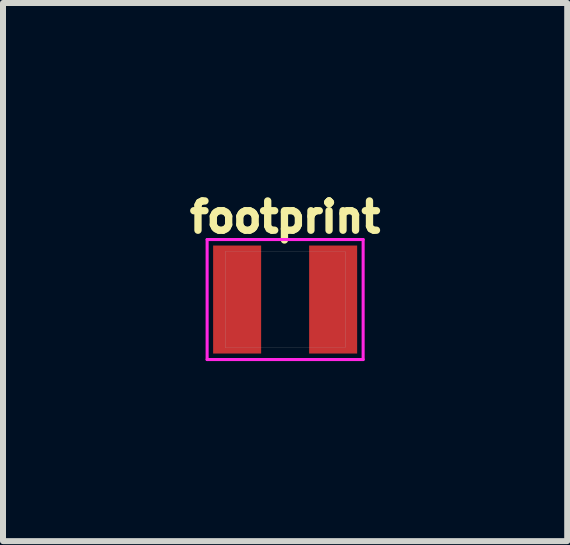
<source format=kicad_pcb>
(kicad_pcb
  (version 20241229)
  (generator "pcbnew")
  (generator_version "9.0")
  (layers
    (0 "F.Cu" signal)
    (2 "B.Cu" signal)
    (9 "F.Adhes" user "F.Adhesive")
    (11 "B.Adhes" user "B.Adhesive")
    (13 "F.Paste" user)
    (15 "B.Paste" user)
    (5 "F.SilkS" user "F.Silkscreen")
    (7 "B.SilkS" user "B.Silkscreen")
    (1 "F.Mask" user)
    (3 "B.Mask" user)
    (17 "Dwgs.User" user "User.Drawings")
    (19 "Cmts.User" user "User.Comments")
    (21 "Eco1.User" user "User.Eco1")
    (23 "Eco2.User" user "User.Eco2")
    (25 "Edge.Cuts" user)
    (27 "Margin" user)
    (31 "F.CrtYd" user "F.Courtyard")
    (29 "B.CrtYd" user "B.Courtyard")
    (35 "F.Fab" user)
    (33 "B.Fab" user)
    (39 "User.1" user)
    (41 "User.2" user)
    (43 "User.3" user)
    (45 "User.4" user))
  (footprint "footprint"
    (layer "F.Cu")
    (at 1.702 1.942)
    (property "Reference" "footprint" (at 0 -1.089 0) (layer "F.SilkS") (effects (font (size 0.488 0.488) (thickness 0.122)) (justify bottom)))
    (fp_line (start -1.3 -1) (end 1.3 -1) (stroke (width 0.051) (type solid)) (layer "F.CrtYd"))
    (fp_line (start -1.3 1) (end -1.3 -1) (stroke (width 0.051) (type solid)) (layer "F.CrtYd"))
    (fp_line (start 1.3 -1) (end 1.3 1) (stroke (width 0.051) (type solid)) (layer "F.CrtYd"))
    (fp_line (start 1.3 1) (end -1.3 1) (stroke (width 0.051) (type solid)) (layer "F.CrtYd"))
    (fp_line (start -1 -0.8) (end 1 -0.8) (stroke (width 0.003) (type solid)) (layer "F.Fab"))
    (fp_line (start -1 0.8) (end -1 -0.8) (stroke (width 0.003) (type solid)) (layer "F.Fab"))
    (fp_line (start 1 -0.8) (end 1 0.8) (stroke (width 0.003) (type solid)) (layer "F.Fab"))
    (fp_line (start 1 0.8) (end -1 0.8) (stroke (width 0.003) (type solid)) (layer "F.Fab"))
    (pad "1" smd rect (at -0.8 0) (size 0.8 1.8) (layers "F.Cu" "F.Mask" "F.Paste"))
    (pad "2" smd rect (at 0.8 0) (size 0.8 1.8) (layers "F.Cu" "F.Mask" "F.Paste")))
  (gr_rect
    (start -3 -3)
    (end 6.403 5.968)
    (stroke (width 0.1) (type default))
    (fill no)
    (layer "Edge.Cuts")))
</source>
